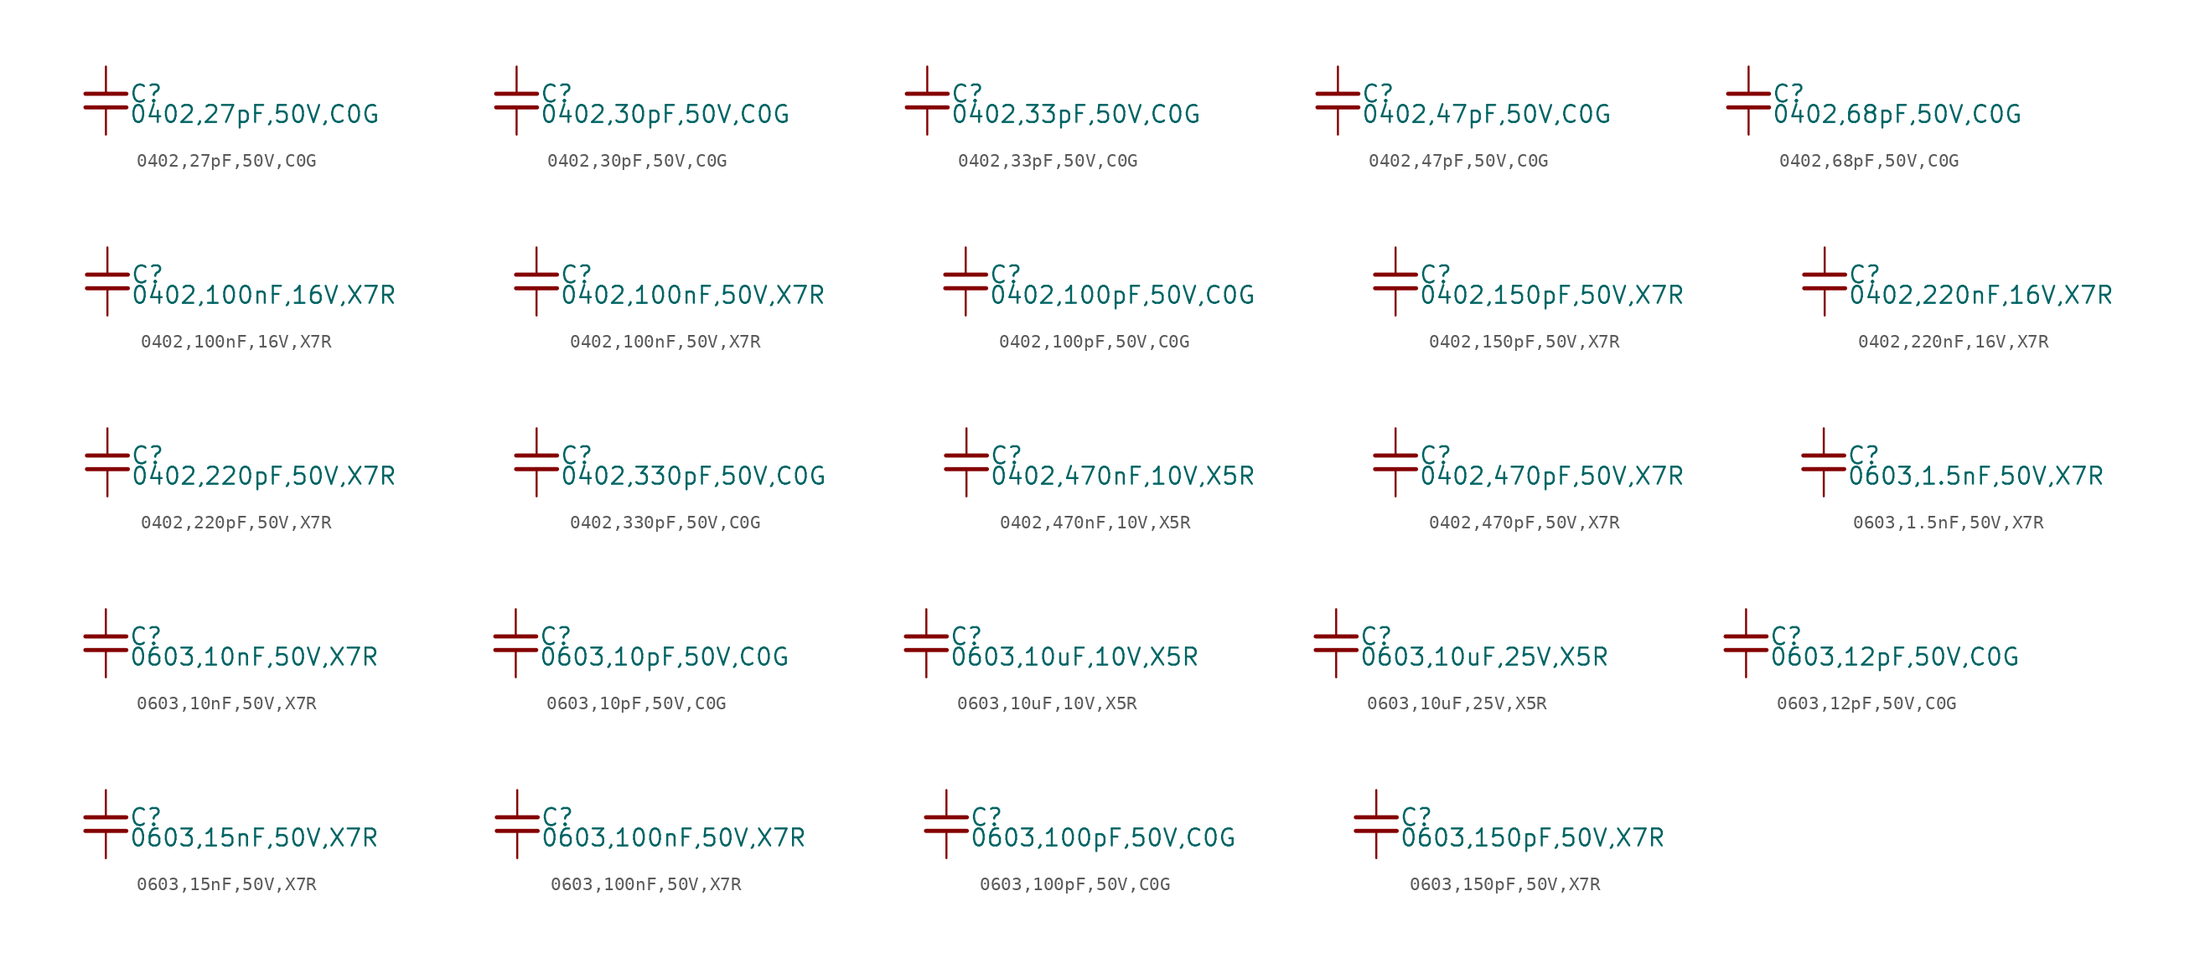
<source format=kicad_sym>
(kicad_symbol_lib
  (version 20220914)
  (generator kicad_symbol_editor)
  (symbol "0402,27pF,50V,C0G "
    (property "Reference" "C"
      (at 1.71 0.508 0)
      (effects (font (size 1.27 1.27)) (justify left)))
    (property "Value" "0402,27pF,50V,C0G "
      (at 1.71 -1.016 0)
      (effects (font (size 1.27 1.27)) (justify left)))
    (property "ki_locked" ""
      (at 0 0 0)
      (effects (font (size 1.27 1.27))))
    (symbol "0402,27pF,50V,C0G _0_0"
      (polyline (pts (xy -1.524 -0.508) (xy 1.524 -0.508)) (stroke (width 0.305) (type default)) (fill (type none)))
      (polyline (pts (xy -1.524 0.508) (xy 1.524 0.508)) (stroke (width 0.305) (type default)) (fill (type none)))
      (pin passive line (at 0 2.54 270) (length 2.032) (name "~" (effects (font (size 0 0)))) (number "1" (effects (font (size 0 0)))))
      (pin passive line (at 0 -2.54 90) (length 2.032) (name "~" (effects (font (size 0 0)))) (number "2" (effects (font (size 0 0)))))))
  (symbol "0402,30pF,50V,C0G "
    (property "Reference" "C"
      (at 1.71 0.508 0)
      (effects (font (size 1.27 1.27)) (justify left)))
    (property "Value" "0402,30pF,50V,C0G "
      (at 1.71 -1.016 0)
      (effects (font (size 1.27 1.27)) (justify left)))
    (property "ki_locked" ""
      (at 0 0 0)
      (effects (font (size 1.27 1.27))))
    (symbol "0402,30pF,50V,C0G _0_0"
      (polyline (pts (xy -1.524 -0.508) (xy 1.524 -0.508)) (stroke (width 0.305) (type default)) (fill (type none)))
      (polyline (pts (xy -1.524 0.508) (xy 1.524 0.508)) (stroke (width 0.305) (type default)) (fill (type none)))
      (pin passive line (at 0 2.54 270) (length 2.032) (name "~" (effects (font (size 0 0)))) (number "1" (effects (font (size 0 0)))))
      (pin passive line (at 0 -2.54 90) (length 2.032) (name "~" (effects (font (size 0 0)))) (number "2" (effects (font (size 0 0)))))))
  (symbol "0402,33pF,50V,C0G "
    (property "Reference" "C"
      (at 1.71 0.508 0)
      (effects (font (size 1.27 1.27)) (justify left)))
    (property "Value" "0402,33pF,50V,C0G "
      (at 1.71 -1.016 0)
      (effects (font (size 1.27 1.27)) (justify left)))
    (property "ki_locked" ""
      (at 0 0 0)
      (effects (font (size 1.27 1.27))))
    (symbol "0402,33pF,50V,C0G _0_0"
      (polyline (pts (xy -1.524 -0.508) (xy 1.524 -0.508)) (stroke (width 0.305) (type default)) (fill (type none)))
      (polyline (pts (xy -1.524 0.508) (xy 1.524 0.508)) (stroke (width 0.305) (type default)) (fill (type none)))
      (pin passive line (at 0 2.54 270) (length 2.032) (name "~" (effects (font (size 0 0)))) (number "1" (effects (font (size 0 0)))))
      (pin passive line (at 0 -2.54 90) (length 2.032) (name "~" (effects (font (size 0 0)))) (number "2" (effects (font (size 0 0)))))))
  (symbol "0402,47pF,50V,C0G "
    (property "Reference" "C"
      (at 1.71 0.508 0)
      (effects (font (size 1.27 1.27)) (justify left)))
    (property "Value" "0402,47pF,50V,C0G "
      (at 1.71 -1.016 0)
      (effects (font (size 1.27 1.27)) (justify left)))
    (property "ki_locked" ""
      (at 0 0 0)
      (effects (font (size 1.27 1.27))))
    (symbol "0402,47pF,50V,C0G _0_0"
      (polyline (pts (xy -1.524 -0.508) (xy 1.524 -0.508)) (stroke (width 0.305) (type default)) (fill (type none)))
      (polyline (pts (xy -1.524 0.508) (xy 1.524 0.508)) (stroke (width 0.305) (type default)) (fill (type none)))
      (pin passive line (at 0 2.54 270) (length 2.032) (name "~" (effects (font (size 0 0)))) (number "1" (effects (font (size 0 0)))))
      (pin passive line (at 0 -2.54 90) (length 2.032) (name "~" (effects (font (size 0 0)))) (number "2" (effects (font (size 0 0)))))))
  (symbol "0402,68pF,50V,C0G "
    (property "Reference" "C"
      (at 1.71 0.508 0)
      (effects (font (size 1.27 1.27)) (justify left)))
    (property "Value" "0402,68pF,50V,C0G "
      (at 1.71 -1.016 0)
      (effects (font (size 1.27 1.27)) (justify left)))
    (property "ki_locked" ""
      (at 0 0 0)
      (effects (font (size 1.27 1.27))))
    (symbol "0402,68pF,50V,C0G _0_0"
      (polyline (pts (xy -1.524 -0.508) (xy 1.524 -0.508)) (stroke (width 0.305) (type default)) (fill (type none)))
      (polyline (pts (xy -1.524 0.508) (xy 1.524 0.508)) (stroke (width 0.305) (type default)) (fill (type none)))
      (pin passive line (at 0 2.54 270) (length 2.032) (name "~" (effects (font (size 0 0)))) (number "1" (effects (font (size 0 0)))))
      (pin passive line (at 0 -2.54 90) (length 2.032) (name "~" (effects (font (size 0 0)))) (number "2" (effects (font (size 0 0)))))))
  (symbol "0402,100nF,16V,X7R "
    (property "Reference" "C"
      (at 1.71 0.508 0)
      (effects (font (size 1.27 1.27)) (justify left)))
    (property "Value" "0402,100nF,16V,X7R "
      (at 1.71 -1.016 0)
      (effects (font (size 1.27 1.27)) (justify left)))
    (property "ki_locked" ""
      (at 0 0 0)
      (effects (font (size 1.27 1.27))))
    (symbol "0402,100nF,16V,X7R _0_0"
      (polyline (pts (xy -1.524 -0.508) (xy 1.524 -0.508)) (stroke (width 0.305) (type default)) (fill (type none)))
      (polyline (pts (xy -1.524 0.508) (xy 1.524 0.508)) (stroke (width 0.305) (type default)) (fill (type none)))
      (pin passive line (at 0 2.54 270) (length 2.032) (name "~" (effects (font (size 0 0)))) (number "1" (effects (font (size 0 0)))))
      (pin passive line (at 0 -2.54 90) (length 2.032) (name "~" (effects (font (size 0 0)))) (number "2" (effects (font (size 0 0)))))))
  (symbol "0402,100nF,50V,X7R "
    (property "Reference" "C"
      (at 1.71 0.508 0)
      (effects (font (size 1.27 1.27)) (justify left)))
    (property "Value" "0402,100nF,50V,X7R "
      (at 1.71 -1.016 0)
      (effects (font (size 1.27 1.27)) (justify left)))
    (property "ki_locked" ""
      (at 0 0 0)
      (effects (font (size 1.27 1.27))))
    (symbol "0402,100nF,50V,X7R _0_0"
      (polyline (pts (xy -1.524 -0.508) (xy 1.524 -0.508)) (stroke (width 0.305) (type default)) (fill (type none)))
      (polyline (pts (xy -1.524 0.508) (xy 1.524 0.508)) (stroke (width 0.305) (type default)) (fill (type none)))
      (pin passive line (at 0 2.54 270) (length 2.032) (name "~" (effects (font (size 0 0)))) (number "1" (effects (font (size 0 0)))))
      (pin passive line (at 0 -2.54 90) (length 2.032) (name "~" (effects (font (size 0 0)))) (number "2" (effects (font (size 0 0)))))))
  (symbol "0402,100pF,50V,C0G "
    (property "Reference" "C"
      (at 1.71 0.508 0)
      (effects (font (size 1.27 1.27)) (justify left)))
    (property "Value" "0402,100pF,50V,C0G "
      (at 1.71 -1.016 0)
      (effects (font (size 1.27 1.27)) (justify left)))
    (property "ki_locked" ""
      (at 0 0 0)
      (effects (font (size 1.27 1.27))))
    (symbol "0402,100pF,50V,C0G _0_0"
      (polyline (pts (xy -1.524 -0.508) (xy 1.524 -0.508)) (stroke (width 0.305) (type default)) (fill (type none)))
      (polyline (pts (xy -1.524 0.508) (xy 1.524 0.508)) (stroke (width 0.305) (type default)) (fill (type none)))
      (pin passive line (at 0 2.54 270) (length 2.032) (name "~" (effects (font (size 0 0)))) (number "1" (effects (font (size 0 0)))))
      (pin passive line (at 0 -2.54 90) (length 2.032) (name "~" (effects (font (size 0 0)))) (number "2" (effects (font (size 0 0)))))))
  (symbol "0402,150pF,50V,X7R "
    (property "Reference" "C"
      (at 1.71 0.508 0)
      (effects (font (size 1.27 1.27)) (justify left)))
    (property "Value" "0402,150pF,50V,X7R "
      (at 1.71 -1.016 0)
      (effects (font (size 1.27 1.27)) (justify left)))
    (property "ki_locked" ""
      (at 0 0 0)
      (effects (font (size 1.27 1.27))))
    (symbol "0402,150pF,50V,X7R _0_0"
      (polyline (pts (xy -1.524 -0.508) (xy 1.524 -0.508)) (stroke (width 0.305) (type default)) (fill (type none)))
      (polyline (pts (xy -1.524 0.508) (xy 1.524 0.508)) (stroke (width 0.305) (type default)) (fill (type none)))
      (pin passive line (at 0 2.54 270) (length 2.032) (name "~" (effects (font (size 0 0)))) (number "1" (effects (font (size 0 0)))))
      (pin passive line (at 0 -2.54 90) (length 2.032) (name "~" (effects (font (size 0 0)))) (number "2" (effects (font (size 0 0)))))))
  (symbol "0402,220nF,16V,X7R "
    (property "Reference" "C"
      (at 1.71 0.508 0)
      (effects (font (size 1.27 1.27)) (justify left)))
    (property "Value" "0402,220nF,16V,X7R "
      (at 1.71 -1.016 0)
      (effects (font (size 1.27 1.27)) (justify left)))
    (property "ki_locked" ""
      (at 0 0 0)
      (effects (font (size 1.27 1.27))))
    (symbol "0402,220nF,16V,X7R _0_0"
      (polyline (pts (xy -1.524 -0.508) (xy 1.524 -0.508)) (stroke (width 0.305) (type default)) (fill (type none)))
      (polyline (pts (xy -1.524 0.508) (xy 1.524 0.508)) (stroke (width 0.305) (type default)) (fill (type none)))
      (pin passive line (at 0 2.54 270) (length 2.032) (name "~" (effects (font (size 0 0)))) (number "1" (effects (font (size 0 0)))))
      (pin passive line (at 0 -2.54 90) (length 2.032) (name "~" (effects (font (size 0 0)))) (number "2" (effects (font (size 0 0)))))))
  (symbol "0402,220pF,50V,X7R "
    (property "Reference" "C"
      (at 1.71 0.508 0)
      (effects (font (size 1.27 1.27)) (justify left)))
    (property "Value" "0402,220pF,50V,X7R "
      (at 1.71 -1.016 0)
      (effects (font (size 1.27 1.27)) (justify left)))
    (property "ki_locked" ""
      (at 0 0 0)
      (effects (font (size 1.27 1.27))))
    (symbol "0402,220pF,50V,X7R _0_0"
      (polyline (pts (xy -1.524 -0.508) (xy 1.524 -0.508)) (stroke (width 0.305) (type default)) (fill (type none)))
      (polyline (pts (xy -1.524 0.508) (xy 1.524 0.508)) (stroke (width 0.305) (type default)) (fill (type none)))
      (pin passive line (at 0 2.54 270) (length 2.032) (name "~" (effects (font (size 0 0)))) (number "1" (effects (font (size 0 0)))))
      (pin passive line (at 0 -2.54 90) (length 2.032) (name "~" (effects (font (size 0 0)))) (number "2" (effects (font (size 0 0)))))))
  (symbol "0402,330pF,50V,C0G "
    (property "Reference" "C"
      (at 1.71 0.508 0)
      (effects (font (size 1.27 1.27)) (justify left)))
    (property "Value" "0402,330pF,50V,C0G "
      (at 1.71 -1.016 0)
      (effects (font (size 1.27 1.27)) (justify left)))
    (property "ki_locked" ""
      (at 0 0 0)
      (effects (font (size 1.27 1.27))))
    (symbol "0402,330pF,50V,C0G _0_0"
      (polyline (pts (xy -1.524 -0.508) (xy 1.524 -0.508)) (stroke (width 0.305) (type default)) (fill (type none)))
      (polyline (pts (xy -1.524 0.508) (xy 1.524 0.508)) (stroke (width 0.305) (type default)) (fill (type none)))
      (pin passive line (at 0 2.54 270) (length 2.032) (name "~" (effects (font (size 0 0)))) (number "1" (effects (font (size 0 0)))))
      (pin passive line (at 0 -2.54 90) (length 2.032) (name "~" (effects (font (size 0 0)))) (number "2" (effects (font (size 0 0)))))))
  (symbol "0402,470nF,10V,X5R "
    (property "Reference" "C"
      (at 1.71 0.508 0)
      (effects (font (size 1.27 1.27)) (justify left)))
    (property "Value" "0402,470nF,10V,X5R "
      (at 1.71 -1.016 0)
      (effects (font (size 1.27 1.27)) (justify left)))
    (property "ki_locked" ""
      (at 0 0 0)
      (effects (font (size 1.27 1.27))))
    (symbol "0402,470nF,10V,X5R _0_0"
      (polyline (pts (xy -1.524 -0.508) (xy 1.524 -0.508)) (stroke (width 0.305) (type default)) (fill (type none)))
      (polyline (pts (xy -1.524 0.508) (xy 1.524 0.508)) (stroke (width 0.305) (type default)) (fill (type none)))
      (pin passive line (at 0 2.54 270) (length 2.032) (name "~" (effects (font (size 0 0)))) (number "1" (effects (font (size 0 0)))))
      (pin passive line (at 0 -2.54 90) (length 2.032) (name "~" (effects (font (size 0 0)))) (number "2" (effects (font (size 0 0)))))))
  (symbol "0402,470pF,50V,X7R "
    (property "Reference" "C"
      (at 1.71 0.508 0)
      (effects (font (size 1.27 1.27)) (justify left)))
    (property "Value" "0402,470pF,50V,X7R "
      (at 1.71 -1.016 0)
      (effects (font (size 1.27 1.27)) (justify left)))
    (property "ki_locked" ""
      (at 0 0 0)
      (effects (font (size 1.27 1.27))))
    (symbol "0402,470pF,50V,X7R _0_0"
      (polyline (pts (xy -1.524 -0.508) (xy 1.524 -0.508)) (stroke (width 0.305) (type default)) (fill (type none)))
      (polyline (pts (xy -1.524 0.508) (xy 1.524 0.508)) (stroke (width 0.305) (type default)) (fill (type none)))
      (pin passive line (at 0 2.54 270) (length 2.032) (name "~" (effects (font (size 0 0)))) (number "1" (effects (font (size 0 0)))))
      (pin passive line (at 0 -2.54 90) (length 2.032) (name "~" (effects (font (size 0 0)))) (number "2" (effects (font (size 0 0)))))))
  (symbol "0603,1.5nF,50V,X7R "
    (property "Reference" "C"
      (at 1.71 0.508 0)
      (effects (font (size 1.27 1.27)) (justify left)))
    (property "Value" "0603,1.5nF,50V,X7R "
      (at 1.71 -1.016 0)
      (effects (font (size 1.27 1.27)) (justify left)))
    (property "ki_locked" ""
      (at 0 0 0)
      (effects (font (size 1.27 1.27))))
    (symbol "0603,1.5nF,50V,X7R _0_0"
      (polyline (pts (xy -1.524 -0.508) (xy 1.524 -0.508)) (stroke (width 0.305) (type default)) (fill (type none)))
      (polyline (pts (xy -1.524 0.508) (xy 1.524 0.508)) (stroke (width 0.305) (type default)) (fill (type none)))
      (pin passive line (at 0 2.54 270) (length 2.032) (name "~" (effects (font (size 0 0)))) (number "1" (effects (font (size 0 0)))))
      (pin passive line (at 0 -2.54 90) (length 2.032) (name "~" (effects (font (size 0 0)))) (number "2" (effects (font (size 0 0)))))))
  (symbol "0603,10nF,50V,X7R "
    (property "Reference" "C"
      (at 1.71 0.508 0)
      (effects (font (size 1.27 1.27)) (justify left)))
    (property "Value" "0603,10nF,50V,X7R "
      (at 1.71 -1.016 0)
      (effects (font (size 1.27 1.27)) (justify left)))
    (property "ki_locked" ""
      (at 0 0 0)
      (effects (font (size 1.27 1.27))))
    (symbol "0603,10nF,50V,X7R _0_0"
      (polyline (pts (xy -1.524 -0.508) (xy 1.524 -0.508)) (stroke (width 0.305) (type default)) (fill (type none)))
      (polyline (pts (xy -1.524 0.508) (xy 1.524 0.508)) (stroke (width 0.305) (type default)) (fill (type none)))
      (pin passive line (at 0 2.54 270) (length 2.032) (name "~" (effects (font (size 0 0)))) (number "1" (effects (font (size 0 0)))))
      (pin passive line (at 0 -2.54 90) (length 2.032) (name "~" (effects (font (size 0 0)))) (number "2" (effects (font (size 0 0)))))))
  (symbol "0603,10pF,50V,C0G "
    (property "Reference" "C"
      (at 1.71 0.508 0)
      (effects (font (size 1.27 1.27)) (justify left)))
    (property "Value" "0603,10pF,50V,C0G "
      (at 1.71 -1.016 0)
      (effects (font (size 1.27 1.27)) (justify left)))
    (property "ki_locked" ""
      (at 0 0 0)
      (effects (font (size 1.27 1.27))))
    (symbol "0603,10pF,50V,C0G _0_0"
      (polyline (pts (xy -1.524 -0.508) (xy 1.524 -0.508)) (stroke (width 0.305) (type default)) (fill (type none)))
      (polyline (pts (xy -1.524 0.508) (xy 1.524 0.508)) (stroke (width 0.305) (type default)) (fill (type none)))
      (pin passive line (at 0 2.54 270) (length 2.032) (name "~" (effects (font (size 0 0)))) (number "1" (effects (font (size 0 0)))))
      (pin passive line (at 0 -2.54 90) (length 2.032) (name "~" (effects (font (size 0 0)))) (number "2" (effects (font (size 0 0)))))))
  (symbol "0603,10uF,10V,X5R "
    (property "Reference" "C"
      (at 1.71 0.508 0)
      (effects (font (size 1.27 1.27)) (justify left)))
    (property "Value" "0603,10uF,10V,X5R "
      (at 1.71 -1.016 0)
      (effects (font (size 1.27 1.27)) (justify left)))
    (property "ki_locked" ""
      (at 0 0 0)
      (effects (font (size 1.27 1.27))))
    (symbol "0603,10uF,10V,X5R _0_0"
      (polyline (pts (xy -1.524 -0.508) (xy 1.524 -0.508)) (stroke (width 0.305) (type default)) (fill (type none)))
      (polyline (pts (xy -1.524 0.508) (xy 1.524 0.508)) (stroke (width 0.305) (type default)) (fill (type none)))
      (pin passive line (at 0 2.54 270) (length 2.032) (name "~" (effects (font (size 0 0)))) (number "1" (effects (font (size 0 0)))))
      (pin passive line (at 0 -2.54 90) (length 2.032) (name "~" (effects (font (size 0 0)))) (number "2" (effects (font (size 0 0)))))))
  (symbol "0603,10uF,25V,X5R "
    (property "Reference" "C"
      (at 1.71 0.508 0)
      (effects (font (size 1.27 1.27)) (justify left)))
    (property "Value" "0603,10uF,25V,X5R "
      (at 1.71 -1.016 0)
      (effects (font (size 1.27 1.27)) (justify left)))
    (property "ki_locked" ""
      (at 0 0 0)
      (effects (font (size 1.27 1.27))))
    (symbol "0603,10uF,25V,X5R _0_0"
      (polyline (pts (xy -1.524 -0.508) (xy 1.524 -0.508)) (stroke (width 0.305) (type default)) (fill (type none)))
      (polyline (pts (xy -1.524 0.508) (xy 1.524 0.508)) (stroke (width 0.305) (type default)) (fill (type none)))
      (pin passive line (at 0 2.54 270) (length 2.032) (name "~" (effects (font (size 0 0)))) (number "1" (effects (font (size 0 0)))))
      (pin passive line (at 0 -2.54 90) (length 2.032) (name "~" (effects (font (size 0 0)))) (number "2" (effects (font (size 0 0)))))))
  (symbol "0603,12pF,50V,C0G "
    (property "Reference" "C"
      (at 1.71 0.508 0)
      (effects (font (size 1.27 1.27)) (justify left)))
    (property "Value" "0603,12pF,50V,C0G "
      (at 1.71 -1.016 0)
      (effects (font (size 1.27 1.27)) (justify left)))
    (property "ki_locked" ""
      (at 0 0 0)
      (effects (font (size 1.27 1.27))))
    (symbol "0603,12pF,50V,C0G _0_0"
      (polyline (pts (xy -1.524 -0.508) (xy 1.524 -0.508)) (stroke (width 0.305) (type default)) (fill (type none)))
      (polyline (pts (xy -1.524 0.508) (xy 1.524 0.508)) (stroke (width 0.305) (type default)) (fill (type none)))
      (pin passive line (at 0 2.54 270) (length 2.032) (name "~" (effects (font (size 0 0)))) (number "1" (effects (font (size 0 0)))))
      (pin passive line (at 0 -2.54 90) (length 2.032) (name "~" (effects (font (size 0 0)))) (number "2" (effects (font (size 0 0)))))))
  (symbol "0603,15nF,50V,X7R "
    (property "Reference" "C"
      (at 1.71 0.508 0)
      (effects (font (size 1.27 1.27)) (justify left)))
    (property "Value" "0603,15nF,50V,X7R "
      (at 1.71 -1.016 0)
      (effects (font (size 1.27 1.27)) (justify left)))
    (property "ki_locked" ""
      (at 0 0 0)
      (effects (font (size 1.27 1.27))))
    (symbol "0603,15nF,50V,X7R _0_0"
      (polyline (pts (xy -1.524 -0.508) (xy 1.524 -0.508)) (stroke (width 0.305) (type default)) (fill (type none)))
      (polyline (pts (xy -1.524 0.508) (xy 1.524 0.508)) (stroke (width 0.305) (type default)) (fill (type none)))
      (pin passive line (at 0 2.54 270) (length 2.032) (name "~" (effects (font (size 0 0)))) (number "1" (effects (font (size 0 0)))))
      (pin passive line (at 0 -2.54 90) (length 2.032) (name "~" (effects (font (size 0 0)))) (number "2" (effects (font (size 0 0)))))))
  (symbol "0603,100nF,50V,X7R "
    (property "Reference" "C"
      (at 1.71 0.508 0)
      (effects (font (size 1.27 1.27)) (justify left)))
    (property "Value" "0603,100nF,50V,X7R "
      (at 1.71 -1.016 0)
      (effects (font (size 1.27 1.27)) (justify left)))
    (property "ki_locked" ""
      (at 0 0 0)
      (effects (font (size 1.27 1.27))))
    (symbol "0603,100nF,50V,X7R _0_0"
      (polyline (pts (xy -1.524 -0.508) (xy 1.524 -0.508)) (stroke (width 0.305) (type default)) (fill (type none)))
      (polyline (pts (xy -1.524 0.508) (xy 1.524 0.508)) (stroke (width 0.305) (type default)) (fill (type none)))
      (pin passive line (at 0 2.54 270) (length 2.032) (name "~" (effects (font (size 0 0)))) (number "1" (effects (font (size 0 0)))))
      (pin passive line (at 0 -2.54 90) (length 2.032) (name "~" (effects (font (size 0 0)))) (number "2" (effects (font (size 0 0)))))))
  (symbol "0603,100pF,50V,C0G "
    (property "Reference" "C"
      (at 1.71 0.508 0)
      (effects (font (size 1.27 1.27)) (justify left)))
    (property "Value" "0603,100pF,50V,C0G "
      (at 1.71 -1.016 0)
      (effects (font (size 1.27 1.27)) (justify left)))
    (property "ki_locked" ""
      (at 0 0 0)
      (effects (font (size 1.27 1.27))))
    (symbol "0603,100pF,50V,C0G _0_0"
      (polyline (pts (xy -1.524 -0.508) (xy 1.524 -0.508)) (stroke (width 0.305) (type default)) (fill (type none)))
      (polyline (pts (xy -1.524 0.508) (xy 1.524 0.508)) (stroke (width 0.305) (type default)) (fill (type none)))
      (pin passive line (at 0 2.54 270) (length 2.032) (name "~" (effects (font (size 0 0)))) (number "1" (effects (font (size 0 0)))))
      (pin passive line (at 0 -2.54 90) (length 2.032) (name "~" (effects (font (size 0 0)))) (number "2" (effects (font (size 0 0)))))))
  (symbol "0603,150pF,50V,X7R "
    (property "Reference" "C"
      (at 1.71 0.508 0)
      (effects (font (size 1.27 1.27)) (justify left)))
    (property "Value" "0603,150pF,50V,X7R "
      (at 1.71 -1.016 0)
      (effects (font (size 1.27 1.27)) (justify left)))
    (property "ki_locked" ""
      (at 0 0 0)
      (effects (font (size 1.27 1.27))))
    (symbol "0603,150pF,50V,X7R _0_0"
      (polyline (pts (xy -1.524 -0.508) (xy 1.524 -0.508)) (stroke (width 0.305) (type default)) (fill (type none)))
      (polyline (pts (xy -1.524 0.508) (xy 1.524 0.508)) (stroke (width 0.305) (type default)) (fill (type none)))
      (pin passive line (at 0 2.54 270) (length 2.032) (name "~" (effects (font (size 0 0)))) (number "1" (effects (font (size 0 0)))))
      (pin passive line (at 0 -2.54 90) (length 2.032) (name "~" (effects (font (size 0 0)))) (number "2" (effects (font (size 0 0))))))))
</source>
